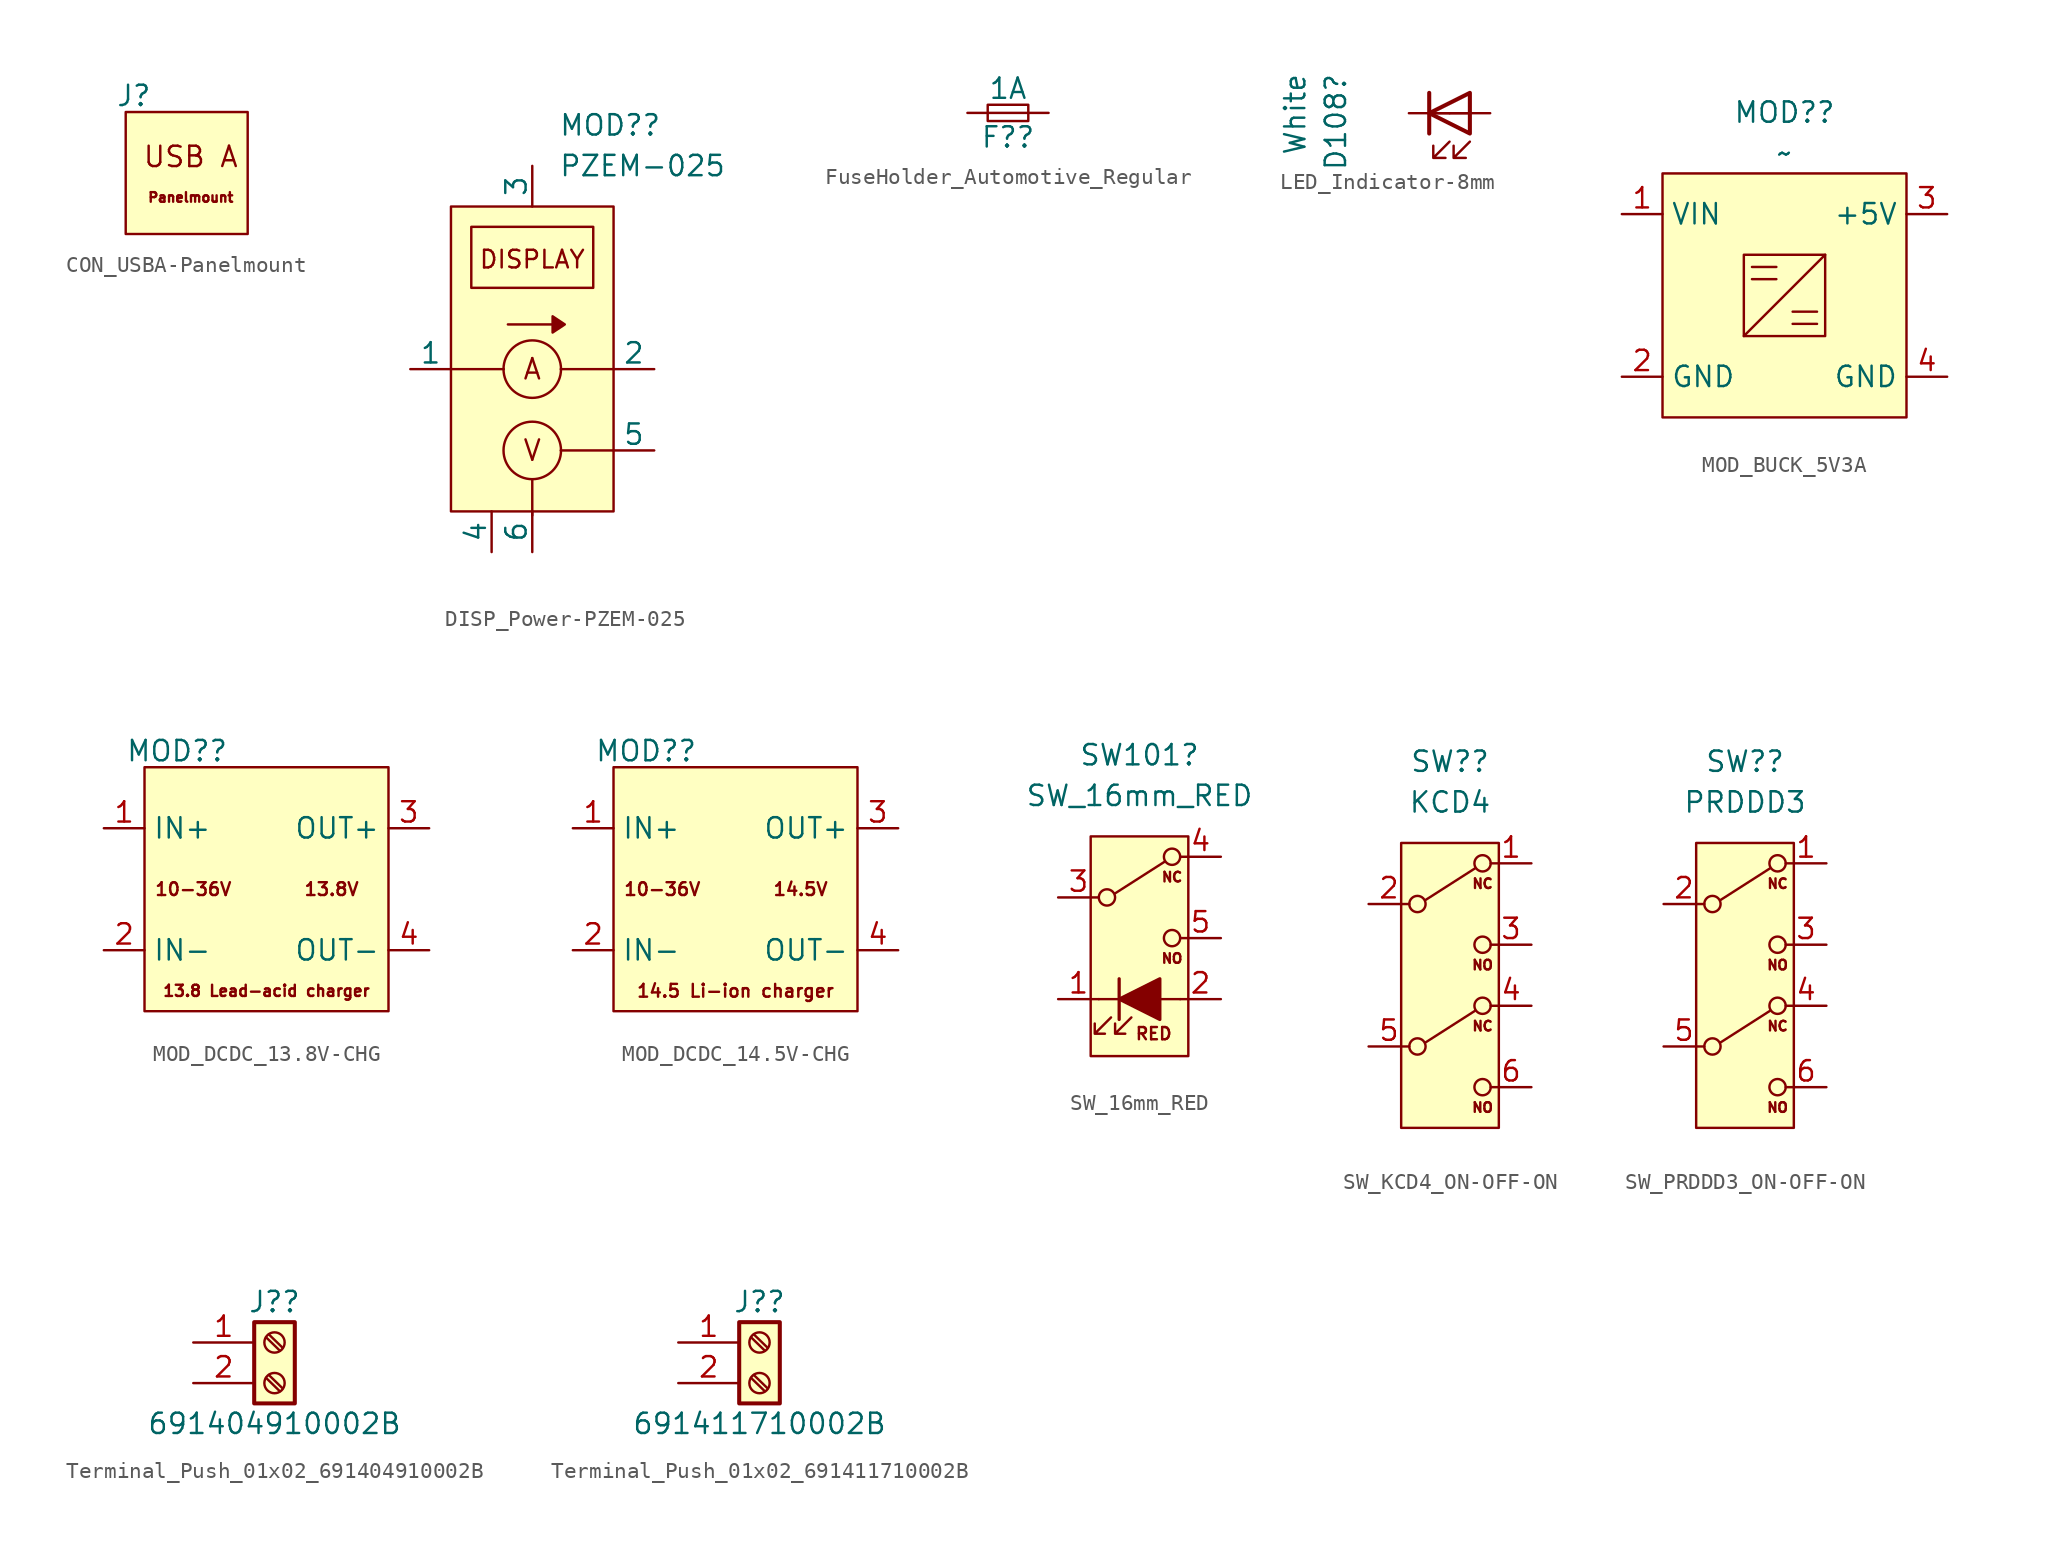
<source format=kicad_sym>
(kicad_symbol_lib
  (version 20231120)
  (generator "kicad_symbol_editor")
  (generator_version "8.0")
  (symbol "CON_USBA-Panelmount"
    (property "Reference" "J"
      (at -3.302 4.826 0)
      (effects (font (size 1.27 1.27))))
    (property "Value" ""
      (at -0.508 1.27 0)
      (effects (font (size 1.27 1.27))))
    (symbol "CON_USBA-Panelmount_0_1"
      (rectangle (start -3.81 3.81) (end 3.81 -3.81) (stroke (width 0) (type default)) (fill (type background))))
    (symbol "CON_USBA-Panelmount_1_1"
      (text "Panelmount" (at 0.254 -1.524 0) (effects (font (size 0.6 0.6))))
      (text "USB A" (at 0.254 1.016 0) (effects (font (size 1.27 1.27))))))
  (symbol "DISP_Power-PZEM-025"
    (pin_numbers hide)
    (pin_names
      (offset 0))
    (property "Reference" "MOD?"
      (at 1.651 12.7 0)
      (effects (font (size 1.27 1.27)) (justify left)))
    (property "Value" "PZEM-025"
      (at 1.651 10.16 0)
      (effects (font (size 1.27 1.27)) (justify left)))
    (symbol "DISP_Power-PZEM-025_0_1"
      (rectangle (start -5.08 7.62) (end 5.08 -11.43) (stroke (width 0) (type default)) (fill (type background)))
      (circle (center 0 -7.62) (radius 1.796) (stroke (width 0) (type default)) (fill (type none)))
      (circle (center 0 -2.54) (radius 1.796) (stroke (width 0) (type default)) (fill (type none)))
      (polyline (pts (xy -5.08 -2.54) (xy -1.778 -2.54)) (stroke (width 0) (type default)) (fill (type none)))
      (polyline (pts (xy 1.778 -2.54) (xy 5.08 -2.54)) (stroke (width 0) (type default)) (fill (type none))))
    (symbol "DISP_Power-PZEM-025_1_1"
      (rectangle (start -3.81 6.35) (end 3.81 2.54) (stroke (width 0) (type default)) (fill (type none)))
      (polyline (pts (xy -1.524 0.254) (xy 1.27 0.254)) (stroke (width 0) (type default)) (fill (type none)))
      (polyline (pts (xy 0 -11.43) (xy 0 -11.684)) (stroke (width 0) (type default)) (fill (type none)))
      (polyline (pts (xy 0 -11.43) (xy 0 -9.426)) (stroke (width 0) (type default)) (fill (type none)))
      (polyline (pts (xy 5.08 -7.62) (xy 3.556 -7.62) (xy 1.778 -7.62)) (stroke (width 0) (type default)) (fill (type none)))
      (polyline (pts (xy 1.27 0.762) (xy 1.27 -0.254) (xy 2.032 0.254) (xy 1.27 0.762)) (stroke (width 0) (type default)) (fill (type outline)))
      (text "A" (at 0 -2.54 0) (effects (font (size 1.27 1.27))))
      (text "DISPLAY" (at 0 4.318 0) (effects (font (size 1.1 1.1))))
      (text "V" (at 0 -7.62 0) (effects (font (size 1.27 1.27))))
      (pin passive line (at -7.62 -2.54 0) (length 2.54) (name "1" (effects (font (size 1.27 1.27)))) (number "1" (effects (font (size 1.27 1.27)))))
      (pin passive line (at 7.62 -2.54 180) (length 2.54) (name "2" (effects (font (size 1.27 1.27)))) (number "2" (effects (font (size 1.27 1.27)))))
      (pin passive line (at 0 10.16 270) (length 2.54) (name "3" (effects (font (size 1.27 1.27)))) (number "3" (effects (font (size 1.27 1.27)))))
      (pin passive line (at -2.54 -13.97 90) (length 2.54) (name "4" (effects (font (size 1.27 1.27)))) (number "4" (effects (font (size 1.27 1.27)))))
      (pin passive line (at 7.62 -7.62 180) (length 2.54) (name "5" (effects (font (size 1.27 1.27)))) (number "5" (effects (font (size 1.27 1.27)))))
      (pin passive line (at 0 -13.97 90) (length 2.54) (name "6" (effects (font (size 1.27 1.27)))) (number "6" (effects (font (size 1.27 1.27)))))))
  (symbol "FuseHolder_Automotive_Regular"
    (pin_numbers hide)
    (pin_names
      (offset 0.254) hide)
    (property "Reference" "F?"
      (at 0 -1.524 0)
      (effects (font (size 1.27 1.27))))
    (property "Value" "1A"
      (at 0 1.524 0)
      (effects (font (size 1.27 1.27))))
    (symbol "FuseHolder_Automotive_Regular_0_1"
      (rectangle (start -1.27 0.508) (end 1.27 -0.508) (stroke (width 0) (type default)) (fill (type none)))
      (polyline (pts (xy -1.27 0) (xy 1.27 0)) (stroke (width 0) (type default)) (fill (type none))))
    (symbol "FuseHolder_Automotive_Regular_1_1"
      (pin passive line (at -2.54 0 0) (length 1.27) (name "~" (effects (font (size 1.27 1.27)))) (number "1" (effects (font (size 1.27 1.27)))))
      (pin passive line (at 2.54 0 180) (length 1.27) (name "~" (effects (font (size 1.27 1.27)))) (number "2" (effects (font (size 1.27 1.27)))))))
  (symbol "LED_Indicator-8mm"
    (pin_numbers hide)
    (pin_names
      (offset 1.016) hide)
    (property "Reference" "D108"
      (at -7.112 2.54 90)
      (effects (font (size 1.27 1.27)) (justify right)))
    (property "Value" "White"
      (at -9.652 2.54 90)
      (effects (font (size 1.27 1.27)) (justify right)))
    (symbol "LED_Indicator-8mm_0_1"
      (polyline (pts (xy -1.27 -1.27) (xy -1.27 1.27)) (stroke (width 0.254) (type default)) (fill (type none)))
      (polyline (pts (xy -1.27 0) (xy 1.27 0)) (stroke (width 0) (type default)) (fill (type none)))
      (polyline (pts (xy 1.27 -1.27) (xy 1.27 1.27) (xy -1.27 0) (xy 1.27 -1.27)) (stroke (width 0.254) (type default)) (fill (type none)))
      (polyline (pts (xy 0 -1.778) (xy -1.016 -2.794) (xy -0.254 -2.794) (xy -1.016 -2.794) (xy -1.016 -2.032)) (stroke (width 0) (type default)) (fill (type none)))
      (polyline (pts (xy 1.27 -1.778) (xy 0.254 -2.794) (xy 1.016 -2.794) (xy 0.254 -2.794) (xy 0.254 -2.032)) (stroke (width 0) (type default)) (fill (type none))))
    (symbol "LED_Indicator-8mm_1_1"
      (pin passive line (at -2.54 0 0) (length 2.54) (name "K" (effects (font (size 1.27 1.27)))) (number "1" (effects (font (size 1.27 1.27)))))
      (pin passive line (at 2.54 0 180) (length 2.54) (name "A" (effects (font (size 1.27 1.27)))) (number "2" (effects (font (size 1.27 1.27)))))))
  (symbol "MOD_BUCK_5V3A"
    (property "Reference" "MOD?"
      (at 0 11.43 0)
      (effects (font (size 1.27 1.27))))
    (property "Value" "~"
      (at 0 8.89 0)
      (effects (font (size 1.27 1.27))))
    (symbol "MOD_BUCK_5V3A_0_1"
      (rectangle (start -7.62 7.62) (end 7.62 -7.62) (stroke (width 0) (type default)) (fill (type background)))
      (rectangle (start -2.54 2.54) (end 2.54 -2.54) (stroke (width 0) (type default)) (fill (type none)))
      (polyline (pts (xy -2.54 -2.54) (xy 2.54 2.54)) (stroke (width 0) (type default)) (fill (type none)))
      (polyline (pts (xy -2.032 1.016) (xy -0.508 1.016)) (stroke (width 0) (type default)) (fill (type none)))
      (polyline (pts (xy -2.032 1.778) (xy -0.508 1.778)) (stroke (width 0) (type default)) (fill (type none)))
      (polyline (pts (xy 0.508 -1.778) (xy 2.032 -1.778)) (stroke (width 0) (type default)) (fill (type none)))
      (polyline (pts (xy 0.508 -1.016) (xy 2.032 -1.016)) (stroke (width 0) (type default)) (fill (type none))))
    (symbol "MOD_BUCK_5V3A_1_1"
      (pin input line (at -10.16 5.08 0) (length 2.54) (name "VIN" (effects (font (size 1.27 1.27)))) (number "1" (effects (font (size 1.27 1.27)))))
      (pin input line (at -10.16 -5.08 0) (length 2.54) (name "GND" (effects (font (size 1.27 1.27)))) (number "2" (effects (font (size 1.27 1.27)))))
      (pin input line (at 10.16 5.08 180) (length 2.54) (name "+5V" (effects (font (size 1.27 1.27)))) (number "3" (effects (font (size 1.27 1.27)))))
      (pin input line (at 10.16 -5.08 180) (length 2.54) (name "GND" (effects (font (size 1.27 1.27)))) (number "4" (effects (font (size 1.27 1.27)))))))
  (symbol "MOD_DCDC_13.8V-CHG"
    (property "Reference" "MOD?"
      (at -5.588 8.636 0)
      (effects (font (size 1.27 1.27))))
    (property "Value" ""
      (at -2.54 2.54 0)
      (effects (font (size 1.27 1.27))))
    (symbol "MOD_DCDC_13.8V-CHG_1_1"
      (rectangle (start -7.62 7.62) (end 7.62 -7.62) (stroke (width 0) (type default)) (fill (type background)))
      (text "10-36V" (at -4.572 0 0) (effects (font (size 0.8 0.8))))
      (text "13.8 Lead-acid charger" (at 0 -6.35 0) (effects (font (size 0.7 0.7))))
      (text "13.8V" (at 4.064 0 0) (effects (font (size 0.8 0.8))))
      (pin passive line (at -10.16 3.81 0) (length 2.54) (name "IN+" (effects (font (size 1.27 1.27)))) (number "1" (effects (font (size 1.27 1.27)))))
      (pin passive line (at -10.16 -3.81 0) (length 2.54) (name "IN-" (effects (font (size 1.27 1.27)))) (number "2" (effects (font (size 1.27 1.27)))))
      (pin passive line (at 10.16 3.81 180) (length 2.54) (name "OUT+" (effects (font (size 1.27 1.27)))) (number "3" (effects (font (size 1.27 1.27)))))
      (pin passive line (at 10.16 -3.81 180) (length 2.54) (name "OUT-" (effects (font (size 1.27 1.27)))) (number "4" (effects (font (size 1.27 1.27)))))))
  (symbol "MOD_DCDC_14.5V-CHG"
    (property "Reference" "MOD?"
      (at -5.588 8.636 0)
      (effects (font (size 1.27 1.27))))
    (property "Value" ""
      (at -2.54 2.54 0)
      (effects (font (size 1.27 1.27))))
    (symbol "MOD_DCDC_14.5V-CHG_0_1"
      (rectangle (start -7.62 7.62) (end 7.62 -7.62) (stroke (width 0) (type default)) (fill (type background))))
    (symbol "MOD_DCDC_14.5V-CHG_1_1"
      (text "10-36V" (at -4.572 0 0) (effects (font (size 0.8 0.8))))
      (text "14.5 Li-ion charger" (at 0 -6.35 0) (effects (font (size 0.8 0.8))))
      (text "14.5V" (at 4.064 0 0) (effects (font (size 0.8 0.8))))
      (pin passive line (at -10.16 3.81 0) (length 2.54) (name "IN+" (effects (font (size 1.27 1.27)))) (number "1" (effects (font (size 1.27 1.27)))))
      (pin passive line (at -10.16 -3.81 0) (length 2.54) (name "IN-" (effects (font (size 1.27 1.27)))) (number "2" (effects (font (size 1.27 1.27)))))
      (pin passive line (at 10.16 3.81 180) (length 2.54) (name "OUT+" (effects (font (size 1.27 1.27)))) (number "3" (effects (font (size 1.27 1.27)))))
      (pin passive line (at 10.16 -3.81 180) (length 2.54) (name "OUT-" (effects (font (size 1.27 1.27)))) (number "4" (effects (font (size 1.27 1.27)))))))
  (symbol "SW_16mm_RED"
    (pin_names
      (offset 1.016) hide)
    (property "Reference" "SW101"
      (at 0 13.97 0)
      (effects (font (size 1.27 1.27))))
    (property "Value" "SW_16mm_RED"
      (at 0 11.43 0)
      (effects (font (size 1.27 1.27))))
    (symbol "SW_16mm_RED_0_0"
      (circle (center -2.032 5.08) (radius 0.508) (stroke (width 0) (type default)) (fill (type none)))
      (polyline (pts (xy -2.54 -1.27) (xy 2.54 -1.27)) (stroke (width 0) (type default)) (fill (type none)))
      (circle (center 2.032 2.54) (radius 0.508) (stroke (width 0) (type default)) (fill (type none)))
      (text "RED" (at 0.889 -3.429 0) (effects (font (size 0.762 0.762)))))
    (symbol "SW_16mm_RED_0_1"
      (polyline (pts (xy -1.524 5.334) (xy 1.575 7.315)) (stroke (width 0) (type default)) (fill (type none)))
      (polyline (pts (xy -1.27 -2.54) (xy -1.27 0)) (stroke (width 0.203) (type default)) (fill (type none)))
      (polyline (pts (xy -1.778 -2.413) (xy -2.794 -3.429) (xy -2.159 -3.429) (xy -2.794 -3.429) (xy -2.794 -2.794)) (stroke (width 0) (type default)) (fill (type none)))
      (polyline (pts (xy -0.508 -2.413) (xy -1.524 -3.429) (xy -0.889 -3.429) (xy -1.524 -3.429) (xy -1.524 -2.794)) (stroke (width 0) (type default)) (fill (type none)))
      (circle (center 2.032 7.62) (radius 0.508) (stroke (width 0) (type default)) (fill (type none))))
    (symbol "SW_16mm_RED_1_1"
      (rectangle (start -3.048 8.89) (end 3.048 -4.826) (stroke (width 0) (type default)) (fill (type background)))
      (polyline (pts (xy 1.27 -2.54) (xy 1.27 0) (xy -1.27 -1.27) (xy 1.27 -2.54)) (stroke (width 0.203) (type default)) (fill (type outline)))
      (text "NC" (at 2.032 6.35 0) (effects (font (size 0.6 0.6))))
      (text "NO" (at 2.032 1.27 0) (effects (font (size 0.6 0.6))))
      (pin passive line (at -5.08 -1.27 0) (length 2.54) (name "+" (effects (font (size 1.27 1.27)))) (number "1" (effects (font (size 1.27 1.27)))))
      (pin passive line (at 5.08 -1.27 180) (length 2.54) (name "-" (effects (font (size 1.27 1.27)))) (number "2" (effects (font (size 1.27 1.27)))))
      (pin passive line (at -5.08 5.08 0) (length 2.54) (name "C" (effects (font (size 1.27 1.27)))) (number "3" (effects (font (size 1.27 1.27)))))
      (pin passive line (at 5.08 7.62 180) (length 2.54) (name "NC" (effects (font (size 1.27 1.27)))) (number "4" (effects (font (size 1.27 1.27)))))
      (pin passive line (at 5.08 2.54 180) (length 2.54) (name "NO" (effects (font (size 1.27 1.27)))) (number "5" (effects (font (size 1.27 1.27)))))))
  (symbol "SW_KCD4_ON-OFF-ON"
    (pin_names
      (offset 1.016) hide)
    (property "Reference" "SW?"
      (at 0 13.97 0)
      (effects (font (size 1.27 1.27))))
    (property "Value" "KCD4"
      (at 0 11.43 0)
      (effects (font (size 1.27 1.27))))
    (symbol "SW_KCD4_ON-OFF-ON_0_0"
      (circle (center -2.032 -3.81) (radius 0.508) (stroke (width 0) (type default)) (fill (type none)))
      (circle (center -2.032 5.08) (radius 0.508) (stroke (width 0) (type default)) (fill (type none)))
      (circle (center 2.032 -6.35) (radius 0.508) (stroke (width 0) (type default)) (fill (type none)))
      (circle (center 2.032 2.54) (radius 0.508) (stroke (width 0) (type default)) (fill (type none))))
    (symbol "SW_KCD4_ON-OFF-ON_0_1"
      (polyline (pts (xy -1.524 -3.556) (xy 1.575 -1.575)) (stroke (width 0) (type default)) (fill (type none)))
      (polyline (pts (xy -1.524 5.334) (xy 1.575 7.315)) (stroke (width 0) (type default)) (fill (type none)))
      (circle (center 2.032 -1.27) (radius 0.508) (stroke (width 0) (type default)) (fill (type none)))
      (circle (center 2.032 7.62) (radius 0.508) (stroke (width 0) (type default)) (fill (type none))))
    (symbol "SW_KCD4_ON-OFF-ON_1_1"
      (rectangle (start -3.048 8.89) (end 3.048 -8.89) (stroke (width 0) (type default)) (fill (type background)))
      (text "NC" (at 2.032 -2.54 0) (effects (font (size 0.6 0.6))))
      (text "NC" (at 2.032 6.35 0) (effects (font (size 0.6 0.6))))
      (text "NO" (at 2.032 -7.62 0) (effects (font (size 0.6 0.6))))
      (text "NO" (at 2.032 1.27 0) (effects (font (size 0.6 0.6))))
      (pin passive line (at 5.08 7.62 180) (length 2.54) (name "NC" (effects (font (size 1.27 1.27)))) (number "1" (effects (font (size 1.27 1.27)))))
      (pin passive line (at -5.08 5.08 0) (length 2.54) (name "C" (effects (font (size 1.27 1.27)))) (number "2" (effects (font (size 1.27 1.27)))))
      (pin passive line (at 5.08 2.54 180) (length 2.54) (name "NO" (effects (font (size 1.27 1.27)))) (number "3" (effects (font (size 1.27 1.27)))))
      (pin passive line (at 5.08 -1.27 180) (length 2.54) (name "NC" (effects (font (size 1.27 1.27)))) (number "4" (effects (font (size 1.27 1.27)))))
      (pin passive line (at -5.08 -3.81 0) (length 2.54) (name "C" (effects (font (size 1.27 1.27)))) (number "5" (effects (font (size 1.27 1.27)))))
      (pin passive line (at 5.08 -6.35 180) (length 2.54) (name "NO" (effects (font (size 1.27 1.27)))) (number "6" (effects (font (size 1.27 1.27)))))))
  (symbol "SW_PRDDD3_ON-OFF-ON"
    (pin_names
      (offset 1.016) hide)
    (property "Reference" "SW?"
      (at 0 13.97 0)
      (effects (font (size 1.27 1.27))))
    (property "Value" "PRDDD3"
      (at 0 11.43 0)
      (effects (font (size 1.27 1.27))))
    (symbol "SW_PRDDD3_ON-OFF-ON_0_0"
      (circle (center -2.032 -3.81) (radius 0.508) (stroke (width 0) (type default)) (fill (type none)))
      (circle (center -2.032 5.08) (radius 0.508) (stroke (width 0) (type default)) (fill (type none)))
      (circle (center 2.032 -6.35) (radius 0.508) (stroke (width 0) (type default)) (fill (type none)))
      (circle (center 2.032 2.54) (radius 0.508) (stroke (width 0) (type default)) (fill (type none))))
    (symbol "SW_PRDDD3_ON-OFF-ON_0_1"
      (polyline (pts (xy -1.524 -3.556) (xy 1.575 -1.575)) (stroke (width 0) (type default)) (fill (type none)))
      (polyline (pts (xy -1.524 5.334) (xy 1.575 7.315)) (stroke (width 0) (type default)) (fill (type none)))
      (circle (center 2.032 -1.27) (radius 0.508) (stroke (width 0) (type default)) (fill (type none)))
      (circle (center 2.032 7.62) (radius 0.508) (stroke (width 0) (type default)) (fill (type none))))
    (symbol "SW_PRDDD3_ON-OFF-ON_1_1"
      (rectangle (start -3.048 8.89) (end 3.048 -8.89) (stroke (width 0) (type default)) (fill (type background)))
      (text "NC" (at 2.032 -2.54 0) (effects (font (size 0.6 0.6))))
      (text "NC" (at 2.032 6.35 0) (effects (font (size 0.6 0.6))))
      (text "NO" (at 2.032 -7.62 0) (effects (font (size 0.6 0.6))))
      (text "NO" (at 2.032 1.27 0) (effects (font (size 0.6 0.6))))
      (pin passive line (at 5.08 7.62 180) (length 2.54) (name "NC" (effects (font (size 1.27 1.27)))) (number "1" (effects (font (size 1.27 1.27)))))
      (pin passive line (at -5.08 5.08 0) (length 2.54) (name "C" (effects (font (size 1.27 1.27)))) (number "2" (effects (font (size 1.27 1.27)))))
      (pin passive line (at 5.08 2.54 180) (length 2.54) (name "NO" (effects (font (size 1.27 1.27)))) (number "3" (effects (font (size 1.27 1.27)))))
      (pin passive line (at 5.08 -1.27 180) (length 2.54) (name "NC" (effects (font (size 1.27 1.27)))) (number "4" (effects (font (size 1.27 1.27)))))
      (pin passive line (at -5.08 -3.81 0) (length 2.54) (name "C" (effects (font (size 1.27 1.27)))) (number "5" (effects (font (size 1.27 1.27)))))
      (pin passive line (at 5.08 -6.35 180) (length 2.54) (name "NO" (effects (font (size 1.27 1.27)))) (number "6" (effects (font (size 1.27 1.27)))))))
  (symbol "Terminal_Push_01x02_691404910002B"
    (pin_names
      (offset 1.016) hide)
    (property "Reference" "J?"
      (at 0 2.54 0)
      (effects (font (size 1.27 1.27))))
    (property "Value" "691404910002B"
      (at 0 -5.08 0)
      (effects (font (size 1.27 1.27))))
    (symbol "Terminal_Push_01x02_691404910002B_1_1"
      (rectangle (start -1.27 1.27) (end 1.27 -3.81) (stroke (width 0.254) (type default)) (fill (type background)))
      (circle (center 0 -2.54) (radius 0.635) (stroke (width 0.152) (type default)) (fill (type none)))
      (polyline (pts (xy -0.533 -2.21) (xy 0.33 -3.048)) (stroke (width 0.152) (type default)) (fill (type none)))
      (polyline (pts (xy -0.533 0.33) (xy 0.33 -0.508)) (stroke (width 0.152) (type default)) (fill (type none)))
      (polyline (pts (xy -0.356 -2.032) (xy 0.508 -2.87)) (stroke (width 0.152) (type default)) (fill (type none)))
      (polyline (pts (xy -0.356 0.508) (xy 0.508 -0.33)) (stroke (width 0.152) (type default)) (fill (type none)))
      (circle (center 0 0) (radius 0.635) (stroke (width 0.152) (type default)) (fill (type none)))
      (pin passive line (at -5.08 0 0) (length 3.81) (name "Pin_1" (effects (font (size 1.27 1.27)))) (number "1" (effects (font (size 1.27 1.27)))))
      (pin passive line (at -5.08 -2.54 0) (length 3.81) (name "Pin_2" (effects (font (size 1.27 1.27)))) (number "2" (effects (font (size 1.27 1.27)))))))
  (symbol "Terminal_Push_01x02_691411710002B"
    (pin_names
      (offset 1.016) hide)
    (property "Reference" "J?"
      (at 0 2.54 0)
      (effects (font (size 1.27 1.27))))
    (property "Value" "691411710002B"
      (at 0 -5.08 0)
      (effects (font (size 1.27 1.27))))
    (symbol "Terminal_Push_01x02_691411710002B_1_1"
      (rectangle (start -1.27 1.27) (end 1.27 -3.81) (stroke (width 0.254) (type default)) (fill (type background)))
      (circle (center 0 -2.54) (radius 0.635) (stroke (width 0.152) (type default)) (fill (type none)))
      (polyline (pts (xy -0.533 -2.21) (xy 0.33 -3.048)) (stroke (width 0.152) (type default)) (fill (type none)))
      (polyline (pts (xy -0.533 0.33) (xy 0.33 -0.508)) (stroke (width 0.152) (type default)) (fill (type none)))
      (polyline (pts (xy -0.356 -2.032) (xy 0.508 -2.87)) (stroke (width 0.152) (type default)) (fill (type none)))
      (polyline (pts (xy -0.356 0.508) (xy 0.508 -0.33)) (stroke (width 0.152) (type default)) (fill (type none)))
      (circle (center 0 0) (radius 0.635) (stroke (width 0.152) (type default)) (fill (type none)))
      (pin passive line (at -5.08 0 0) (length 3.81) (name "Pin_1" (effects (font (size 1.27 1.27)))) (number "1" (effects (font (size 1.27 1.27)))))
      (pin passive line (at -5.08 -2.54 0) (length 3.81) (name "Pin_2" (effects (font (size 1.27 1.27)))) (number "2" (effects (font (size 1.27 1.27))))))))
</source>
